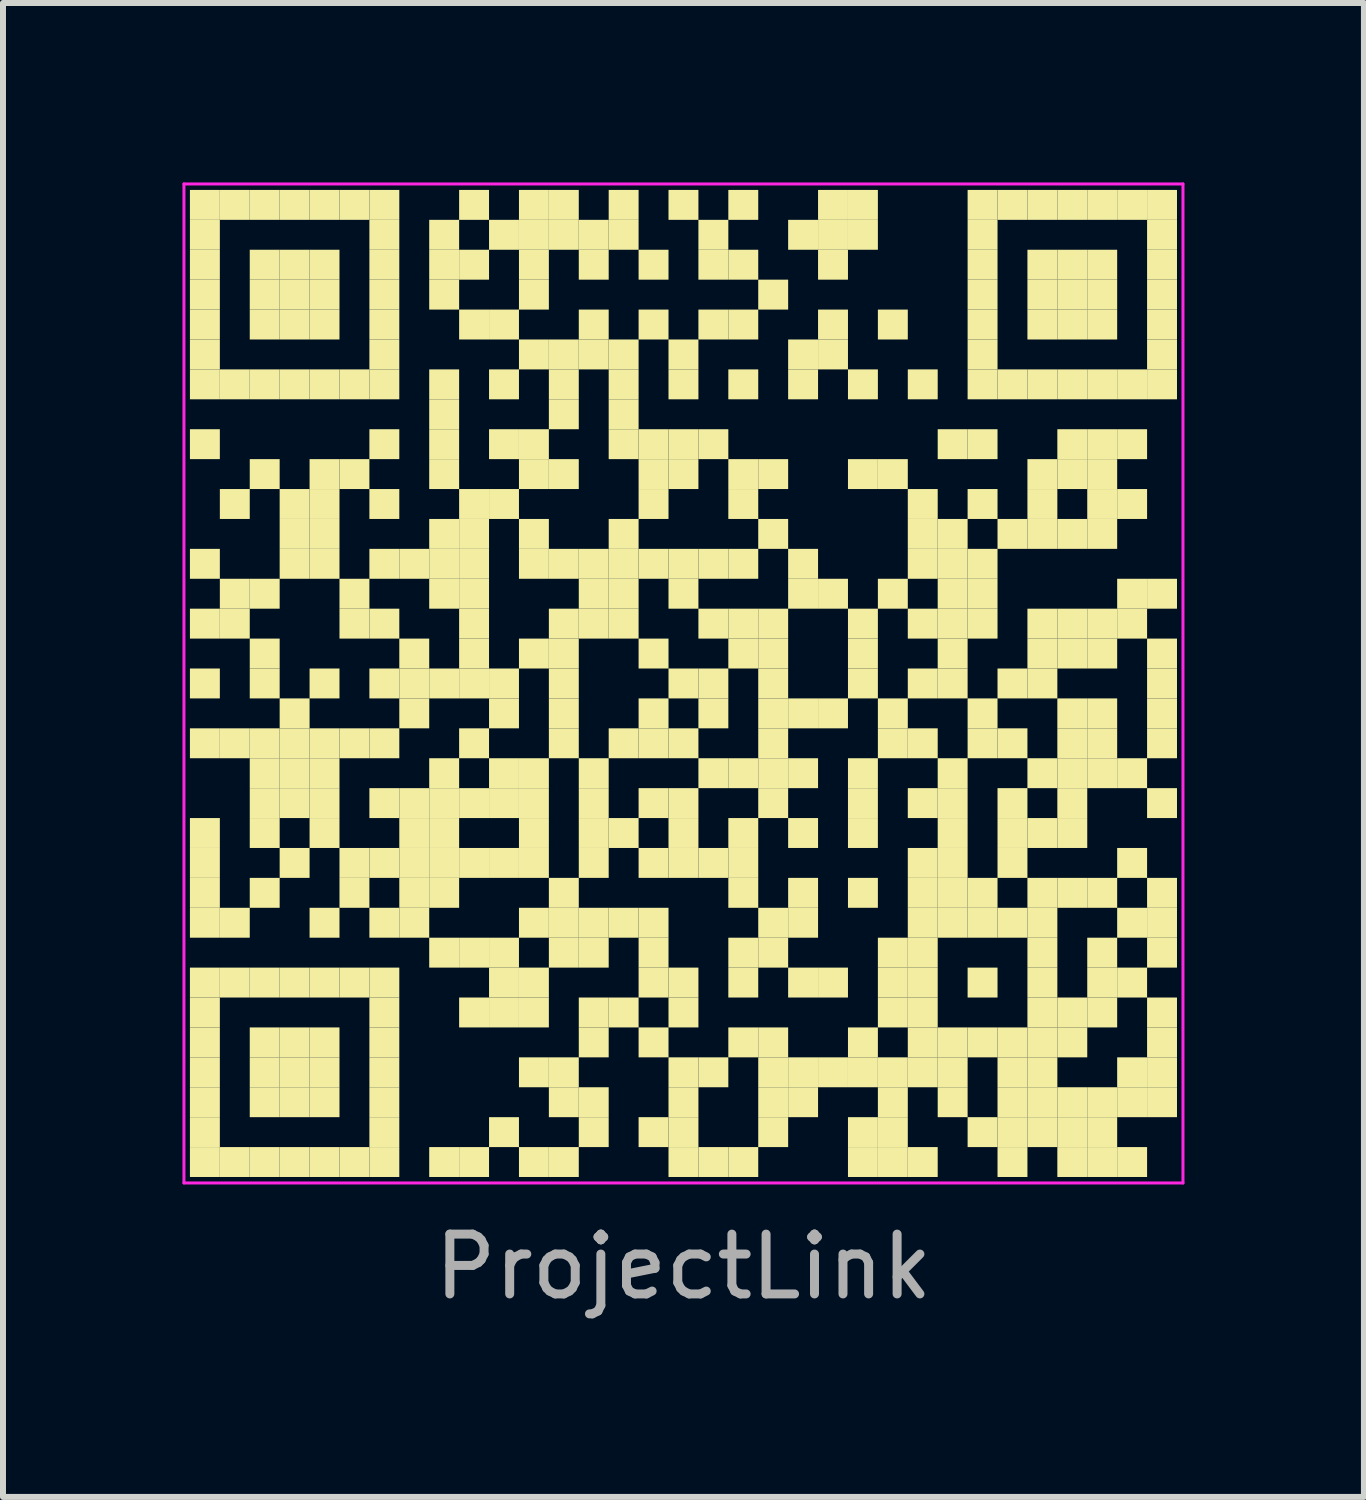
<source format=kicad_pcb>
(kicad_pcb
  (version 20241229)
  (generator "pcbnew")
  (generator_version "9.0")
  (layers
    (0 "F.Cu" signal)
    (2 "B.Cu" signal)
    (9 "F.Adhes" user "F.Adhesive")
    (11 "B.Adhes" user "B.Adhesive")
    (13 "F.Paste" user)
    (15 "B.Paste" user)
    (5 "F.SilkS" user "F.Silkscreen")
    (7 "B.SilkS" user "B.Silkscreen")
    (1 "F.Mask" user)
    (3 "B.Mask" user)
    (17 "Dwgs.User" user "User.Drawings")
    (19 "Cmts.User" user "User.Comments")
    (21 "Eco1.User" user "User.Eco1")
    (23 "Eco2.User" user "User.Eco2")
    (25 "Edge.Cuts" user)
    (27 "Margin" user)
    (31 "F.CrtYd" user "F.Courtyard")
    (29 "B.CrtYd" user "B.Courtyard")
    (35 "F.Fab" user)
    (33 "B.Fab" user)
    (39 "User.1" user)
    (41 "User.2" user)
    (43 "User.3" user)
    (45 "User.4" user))
  (footprint "ProjectLink"
    (layer "F.Cu")
    (at 8.375 8.375)
    (property "Reference" "ProjectLink" (at 0 9.75 0) (layer "F.Fab") (effects (font (size 1 1) (thickness 0.15))))
    (fp_rect (start -8.25 -8.25) (end -7.75 -7.75) (stroke (width 0) (type default)) (fill yes) (layer "F.SilkS"))
    (fp_rect (start -8.25 -7.75) (end -7.75 -7.25) (stroke (width 0) (type default)) (fill yes) (layer "F.SilkS"))
    (fp_rect (start -8.25 -7.25) (end -7.75 -6.75) (stroke (width 0) (type default)) (fill yes) (layer "F.SilkS"))
    (fp_rect (start -8.25 -6.75) (end -7.75 -6.25) (stroke (width 0) (type default)) (fill yes) (layer "F.SilkS"))
    (fp_rect (start -8.25 -6.25) (end -7.75 -5.75) (stroke (width 0) (type default)) (fill yes) (layer "F.SilkS"))
    (fp_rect (start -8.25 -5.75) (end -7.75 -5.25) (stroke (width 0) (type default)) (fill yes) (layer "F.SilkS"))
    (fp_rect (start -8.25 -5.25) (end -7.75 -4.75) (stroke (width 0) (type default)) (fill yes) (layer "F.SilkS"))
    (fp_rect (start -8.25 -4.25) (end -7.75 -3.75) (stroke (width 0) (type default)) (fill yes) (layer "F.SilkS"))
    (fp_rect (start -8.25 -2.25) (end -7.75 -1.75) (stroke (width 0) (type default)) (fill yes) (layer "F.SilkS"))
    (fp_rect (start -8.25 -1.25) (end -7.75 -0.75) (stroke (width 0) (type default)) (fill yes) (layer "F.SilkS"))
    (fp_rect (start -8.25 -0.25) (end -7.75 0.25) (stroke (width 0) (type default)) (fill yes) (layer "F.SilkS"))
    (fp_rect (start -8.25 0.75) (end -7.75 1.25) (stroke (width 0) (type default)) (fill yes) (layer "F.SilkS"))
    (fp_rect (start -8.25 2.25) (end -7.75 2.75) (stroke (width 0) (type default)) (fill yes) (layer "F.SilkS"))
    (fp_rect (start -8.25 2.75) (end -7.75 3.25) (stroke (width 0) (type default)) (fill yes) (layer "F.SilkS"))
    (fp_rect (start -8.25 3.25) (end -7.75 3.75) (stroke (width 0) (type default)) (fill yes) (layer "F.SilkS"))
    (fp_rect (start -8.25 3.75) (end -7.75 4.25) (stroke (width 0) (type default)) (fill yes) (layer "F.SilkS"))
    (fp_rect (start -8.25 4.75) (end -7.75 5.25) (stroke (width 0) (type default)) (fill yes) (layer "F.SilkS"))
    (fp_rect (start -8.25 5.25) (end -7.75 5.75) (stroke (width 0) (type default)) (fill yes) (layer "F.SilkS"))
    (fp_rect (start -8.25 5.75) (end -7.75 6.25) (stroke (width 0) (type default)) (fill yes) (layer "F.SilkS"))
    (fp_rect (start -8.25 6.25) (end -7.75 6.75) (stroke (width 0) (type default)) (fill yes) (layer "F.SilkS"))
    (fp_rect (start -8.25 6.75) (end -7.75 7.25) (stroke (width 0) (type default)) (fill yes) (layer "F.SilkS"))
    (fp_rect (start -8.25 7.25) (end -7.75 7.75) (stroke (width 0) (type default)) (fill yes) (layer "F.SilkS"))
    (fp_rect (start -8.25 7.75) (end -7.75 8.25) (stroke (width 0) (type default)) (fill yes) (layer "F.SilkS"))
    (fp_rect (start -7.75 -8.25) (end -7.25 -7.75) (stroke (width 0) (type default)) (fill yes) (layer "F.SilkS"))
    (fp_rect (start -7.75 -5.25) (end -7.25 -4.75) (stroke (width 0) (type default)) (fill yes) (layer "F.SilkS"))
    (fp_rect (start -7.75 -3.25) (end -7.25 -2.75) (stroke (width 0) (type default)) (fill yes) (layer "F.SilkS"))
    (fp_rect (start -7.75 -1.75) (end -7.25 -1.25) (stroke (width 0) (type default)) (fill yes) (layer "F.SilkS"))
    (fp_rect (start -7.75 -1.25) (end -7.25 -0.75) (stroke (width 0) (type default)) (fill yes) (layer "F.SilkS"))
    (fp_rect (start -7.75 0.75) (end -7.25 1.25) (stroke (width 0) (type default)) (fill yes) (layer "F.SilkS"))
    (fp_rect (start -7.75 3.75) (end -7.25 4.25) (stroke (width 0) (type default)) (fill yes) (layer "F.SilkS"))
    (fp_rect (start -7.75 4.75) (end -7.25 5.25) (stroke (width 0) (type default)) (fill yes) (layer "F.SilkS"))
    (fp_rect (start -7.75 7.75) (end -7.25 8.25) (stroke (width 0) (type default)) (fill yes) (layer "F.SilkS"))
    (fp_rect (start -7.25 -8.25) (end -6.75 -7.75) (stroke (width 0) (type default)) (fill yes) (layer "F.SilkS"))
    (fp_rect (start -7.25 -7.25) (end -6.75 -6.75) (stroke (width 0) (type default)) (fill yes) (layer "F.SilkS"))
    (fp_rect (start -7.25 -6.75) (end -6.75 -6.25) (stroke (width 0) (type default)) (fill yes) (layer "F.SilkS"))
    (fp_rect (start -7.25 -6.25) (end -6.75 -5.75) (stroke (width 0) (type default)) (fill yes) (layer "F.SilkS"))
    (fp_rect (start -7.25 -5.25) (end -6.75 -4.75) (stroke (width 0) (type default)) (fill yes) (layer "F.SilkS"))
    (fp_rect (start -7.25 -3.75) (end -6.75 -3.25) (stroke (width 0) (type default)) (fill yes) (layer "F.SilkS"))
    (fp_rect (start -7.25 -1.75) (end -6.75 -1.25) (stroke (width 0) (type default)) (fill yes) (layer "F.SilkS"))
    (fp_rect (start -7.25 -0.75) (end -6.75 -0.25) (stroke (width 0) (type default)) (fill yes) (layer "F.SilkS"))
    (fp_rect (start -7.25 -0.25) (end -6.75 0.25) (stroke (width 0) (type default)) (fill yes) (layer "F.SilkS"))
    (fp_rect (start -7.25 0.75) (end -6.75 1.25) (stroke (width 0) (type default)) (fill yes) (layer "F.SilkS"))
    (fp_rect (start -7.25 1.25) (end -6.75 1.75) (stroke (width 0) (type default)) (fill yes) (layer "F.SilkS"))
    (fp_rect (start -7.25 1.75) (end -6.75 2.25) (stroke (width 0) (type default)) (fill yes) (layer "F.SilkS"))
    (fp_rect (start -7.25 2.25) (end -6.75 2.75) (stroke (width 0) (type default)) (fill yes) (layer "F.SilkS"))
    (fp_rect (start -7.25 3.25) (end -6.75 3.75) (stroke (width 0) (type default)) (fill yes) (layer "F.SilkS"))
    (fp_rect (start -7.25 4.75) (end -6.75 5.25) (stroke (width 0) (type default)) (fill yes) (layer "F.SilkS"))
    (fp_rect (start -7.25 5.75) (end -6.75 6.25) (stroke (width 0) (type default)) (fill yes) (layer "F.SilkS"))
    (fp_rect (start -7.25 6.25) (end -6.75 6.75) (stroke (width 0) (type default)) (fill yes) (layer "F.SilkS"))
    (fp_rect (start -7.25 6.75) (end -6.75 7.25) (stroke (width 0) (type default)) (fill yes) (layer "F.SilkS"))
    (fp_rect (start -7.25 7.75) (end -6.75 8.25) (stroke (width 0) (type default)) (fill yes) (layer "F.SilkS"))
    (fp_rect (start -6.75 -8.25) (end -6.25 -7.75) (stroke (width 0) (type default)) (fill yes) (layer "F.SilkS"))
    (fp_rect (start -6.75 -7.25) (end -6.25 -6.75) (stroke (width 0) (type default)) (fill yes) (layer "F.SilkS"))
    (fp_rect (start -6.75 -6.75) (end -6.25 -6.25) (stroke (width 0) (type default)) (fill yes) (layer "F.SilkS"))
    (fp_rect (start -6.75 -6.25) (end -6.25 -5.75) (stroke (width 0) (type default)) (fill yes) (layer "F.SilkS"))
    (fp_rect (start -6.75 -5.25) (end -6.25 -4.75) (stroke (width 0) (type default)) (fill yes) (layer "F.SilkS"))
    (fp_rect (start -6.75 -3.25) (end -6.25 -2.75) (stroke (width 0) (type default)) (fill yes) (layer "F.SilkS"))
    (fp_rect (start -6.75 -2.75) (end -6.25 -2.25) (stroke (width 0) (type default)) (fill yes) (layer "F.SilkS"))
    (fp_rect (start -6.75 -2.25) (end -6.25 -1.75) (stroke (width 0) (type default)) (fill yes) (layer "F.SilkS"))
    (fp_rect (start -6.75 0.25) (end -6.25 0.75) (stroke (width 0) (type default)) (fill yes) (layer "F.SilkS"))
    (fp_rect (start -6.75 0.75) (end -6.25 1.25) (stroke (width 0) (type default)) (fill yes) (layer "F.SilkS"))
    (fp_rect (start -6.75 1.25) (end -6.25 1.75) (stroke (width 0) (type default)) (fill yes) (layer "F.SilkS"))
    (fp_rect (start -6.75 1.75) (end -6.25 2.25) (stroke (width 0) (type default)) (fill yes) (layer "F.SilkS"))
    (fp_rect (start -6.75 2.75) (end -6.25 3.25) (stroke (width 0) (type default)) (fill yes) (layer "F.SilkS"))
    (fp_rect (start -6.75 4.75) (end -6.25 5.25) (stroke (width 0) (type default)) (fill yes) (layer "F.SilkS"))
    (fp_rect (start -6.75 5.75) (end -6.25 6.25) (stroke (width 0) (type default)) (fill yes) (layer "F.SilkS"))
    (fp_rect (start -6.75 6.25) (end -6.25 6.75) (stroke (width 0) (type default)) (fill yes) (layer "F.SilkS"))
    (fp_rect (start -6.75 6.75) (end -6.25 7.25) (stroke (width 0) (type default)) (fill yes) (layer "F.SilkS"))
    (fp_rect (start -6.75 7.75) (end -6.25 8.25) (stroke (width 0) (type default)) (fill yes) (layer "F.SilkS"))
    (fp_rect (start -6.25 -8.25) (end -5.75 -7.75) (stroke (width 0) (type default)) (fill yes) (layer "F.SilkS"))
    (fp_rect (start -6.25 -7.25) (end -5.75 -6.75) (stroke (width 0) (type default)) (fill yes) (layer "F.SilkS"))
    (fp_rect (start -6.25 -6.75) (end -5.75 -6.25) (stroke (width 0) (type default)) (fill yes) (layer "F.SilkS"))
    (fp_rect (start -6.25 -6.25) (end -5.75 -5.75) (stroke (width 0) (type default)) (fill yes) (layer "F.SilkS"))
    (fp_rect (start -6.25 -5.25) (end -5.75 -4.75) (stroke (width 0) (type default)) (fill yes) (layer "F.SilkS"))
    (fp_rect (start -6.25 -3.75) (end -5.75 -3.25) (stroke (width 0) (type default)) (fill yes) (layer "F.SilkS"))
    (fp_rect (start -6.25 -3.25) (end -5.75 -2.75) (stroke (width 0) (type default)) (fill yes) (layer "F.SilkS"))
    (fp_rect (start -6.25 -2.75) (end -5.75 -2.25) (stroke (width 0) (type default)) (fill yes) (layer "F.SilkS"))
    (fp_rect (start -6.25 -2.25) (end -5.75 -1.75) (stroke (width 0) (type default)) (fill yes) (layer "F.SilkS"))
    (fp_rect (start -6.25 -0.25) (end -5.75 0.25) (stroke (width 0) (type default)) (fill yes) (layer "F.SilkS"))
    (fp_rect (start -6.25 0.75) (end -5.75 1.25) (stroke (width 0) (type default)) (fill yes) (layer "F.SilkS"))
    (fp_rect (start -6.25 1.25) (end -5.75 1.75) (stroke (width 0) (type default)) (fill yes) (layer "F.SilkS"))
    (fp_rect (start -6.25 1.75) (end -5.75 2.25) (stroke (width 0) (type default)) (fill yes) (layer "F.SilkS"))
    (fp_rect (start -6.25 2.25) (end -5.75 2.75) (stroke (width 0) (type default)) (fill yes) (layer "F.SilkS"))
    (fp_rect (start -6.25 3.75) (end -5.75 4.25) (stroke (width 0) (type default)) (fill yes) (layer "F.SilkS"))
    (fp_rect (start -6.25 4.75) (end -5.75 5.25) (stroke (width 0) (type default)) (fill yes) (layer "F.SilkS"))
    (fp_rect (start -6.25 5.75) (end -5.75 6.25) (stroke (width 0) (type default)) (fill yes) (layer "F.SilkS"))
    (fp_rect (start -6.25 6.25) (end -5.75 6.75) (stroke (width 0) (type default)) (fill yes) (layer "F.SilkS"))
    (fp_rect (start -6.25 6.75) (end -5.75 7.25) (stroke (width 0) (type default)) (fill yes) (layer "F.SilkS"))
    (fp_rect (start -6.25 7.75) (end -5.75 8.25) (stroke (width 0) (type default)) (fill yes) (layer "F.SilkS"))
    (fp_rect (start -5.75 -8.25) (end -5.25 -7.75) (stroke (width 0) (type default)) (fill yes) (layer "F.SilkS"))
    (fp_rect (start -5.75 -5.25) (end -5.25 -4.75) (stroke (width 0) (type default)) (fill yes) (layer "F.SilkS"))
    (fp_rect (start -5.75 -3.75) (end -5.25 -3.25) (stroke (width 0) (type default)) (fill yes) (layer "F.SilkS"))
    (fp_rect (start -5.75 -1.75) (end -5.25 -1.25) (stroke (width 0) (type default)) (fill yes) (layer "F.SilkS"))
    (fp_rect (start -5.75 -1.25) (end -5.25 -0.75) (stroke (width 0) (type default)) (fill yes) (layer "F.SilkS"))
    (fp_rect (start -5.75 0.75) (end -5.25 1.25) (stroke (width 0) (type default)) (fill yes) (layer "F.SilkS"))
    (fp_rect (start -5.75 2.75) (end -5.25 3.25) (stroke (width 0) (type default)) (fill yes) (layer "F.SilkS"))
    (fp_rect (start -5.75 3.25) (end -5.25 3.75) (stroke (width 0) (type default)) (fill yes) (layer "F.SilkS"))
    (fp_rect (start -5.75 4.75) (end -5.25 5.25) (stroke (width 0) (type default)) (fill yes) (layer "F.SilkS"))
    (fp_rect (start -5.75 7.75) (end -5.25 8.25) (stroke (width 0) (type default)) (fill yes) (layer "F.SilkS"))
    (fp_rect (start -5.25 -8.25) (end -4.75 -7.75) (stroke (width 0) (type default)) (fill yes) (layer "F.SilkS"))
    (fp_rect (start -5.25 -7.75) (end -4.75 -7.25) (stroke (width 0) (type default)) (fill yes) (layer "F.SilkS"))
    (fp_rect (start -5.25 -7.25) (end -4.75 -6.75) (stroke (width 0) (type default)) (fill yes) (layer "F.SilkS"))
    (fp_rect (start -5.25 -6.75) (end -4.75 -6.25) (stroke (width 0) (type default)) (fill yes) (layer "F.SilkS"))
    (fp_rect (start -5.25 -6.25) (end -4.75 -5.75) (stroke (width 0) (type default)) (fill yes) (layer "F.SilkS"))
    (fp_rect (start -5.25 -5.75) (end -4.75 -5.25) (stroke (width 0) (type default)) (fill yes) (layer "F.SilkS"))
    (fp_rect (start -5.25 -5.25) (end -4.75 -4.75) (stroke (width 0) (type default)) (fill yes) (layer "F.SilkS"))
    (fp_rect (start -5.25 -4.25) (end -4.75 -3.75) (stroke (width 0) (type default)) (fill yes) (layer "F.SilkS"))
    (fp_rect (start -5.25 -3.25) (end -4.75 -2.75) (stroke (width 0) (type default)) (fill yes) (layer "F.SilkS"))
    (fp_rect (start -5.25 -2.25) (end -4.75 -1.75) (stroke (width 0) (type default)) (fill yes) (layer "F.SilkS"))
    (fp_rect (start -5.25 -1.25) (end -4.75 -0.75) (stroke (width 0) (type default)) (fill yes) (layer "F.SilkS"))
    (fp_rect (start -5.25 -0.25) (end -4.75 0.25) (stroke (width 0) (type default)) (fill yes) (layer "F.SilkS"))
    (fp_rect (start -5.25 0.75) (end -4.75 1.25) (stroke (width 0) (type default)) (fill yes) (layer "F.SilkS"))
    (fp_rect (start -5.25 1.75) (end -4.75 2.25) (stroke (width 0) (type default)) (fill yes) (layer "F.SilkS"))
    (fp_rect (start -5.25 2.75) (end -4.75 3.25) (stroke (width 0) (type default)) (fill yes) (layer "F.SilkS"))
    (fp_rect (start -5.25 3.75) (end -4.75 4.25) (stroke (width 0) (type default)) (fill yes) (layer "F.SilkS"))
    (fp_rect (start -5.25 4.75) (end -4.75 5.25) (stroke (width 0) (type default)) (fill yes) (layer "F.SilkS"))
    (fp_rect (start -5.25 5.25) (end -4.75 5.75) (stroke (width 0) (type default)) (fill yes) (layer "F.SilkS"))
    (fp_rect (start -5.25 5.75) (end -4.75 6.25) (stroke (width 0) (type default)) (fill yes) (layer "F.SilkS"))
    (fp_rect (start -5.25 6.25) (end -4.75 6.75) (stroke (width 0) (type default)) (fill yes) (layer "F.SilkS"))
    (fp_rect (start -5.25 6.75) (end -4.75 7.25) (stroke (width 0) (type default)) (fill yes) (layer "F.SilkS"))
    (fp_rect (start -5.25 7.25) (end -4.75 7.75) (stroke (width 0) (type default)) (fill yes) (layer "F.SilkS"))
    (fp_rect (start -5.25 7.75) (end -4.75 8.25) (stroke (width 0) (type default)) (fill yes) (layer "F.SilkS"))
    (fp_rect (start -4.75 -2.25) (end -4.25 -1.75) (stroke (width 0) (type default)) (fill yes) (layer "F.SilkS"))
    (fp_rect (start -4.75 -0.75) (end -4.25 -0.25) (stroke (width 0) (type default)) (fill yes) (layer "F.SilkS"))
    (fp_rect (start -4.75 -0.25) (end -4.25 0.25) (stroke (width 0) (type default)) (fill yes) (layer "F.SilkS"))
    (fp_rect (start -4.75 0.25) (end -4.25 0.75) (stroke (width 0) (type default)) (fill yes) (layer "F.SilkS"))
    (fp_rect (start -4.75 1.75) (end -4.25 2.25) (stroke (width 0) (type default)) (fill yes) (layer "F.SilkS"))
    (fp_rect (start -4.75 2.25) (end -4.25 2.75) (stroke (width 0) (type default)) (fill yes) (layer "F.SilkS"))
    (fp_rect (start -4.75 2.75) (end -4.25 3.25) (stroke (width 0) (type default)) (fill yes) (layer "F.SilkS"))
    (fp_rect (start -4.75 3.25) (end -4.25 3.75) (stroke (width 0) (type default)) (fill yes) (layer "F.SilkS"))
    (fp_rect (start -4.75 3.75) (end -4.25 4.25) (stroke (width 0) (type default)) (fill yes) (layer "F.SilkS"))
    (fp_rect (start -4.25 -7.75) (end -3.75 -7.25) (stroke (width 0) (type default)) (fill yes) (layer "F.SilkS"))
    (fp_rect (start -4.25 -7.25) (end -3.75 -6.75) (stroke (width 0) (type default)) (fill yes) (layer "F.SilkS"))
    (fp_rect (start -4.25 -6.75) (end -3.75 -6.25) (stroke (width 0) (type default)) (fill yes) (layer "F.SilkS"))
    (fp_rect (start -4.25 -5.25) (end -3.75 -4.75) (stroke (width 0) (type default)) (fill yes) (layer "F.SilkS"))
    (fp_rect (start -4.25 -4.75) (end -3.75 -4.25) (stroke (width 0) (type default)) (fill yes) (layer "F.SilkS"))
    (fp_rect (start -4.25 -4.25) (end -3.75 -3.75) (stroke (width 0) (type default)) (fill yes) (layer "F.SilkS"))
    (fp_rect (start -4.25 -3.75) (end -3.75 -3.25) (stroke (width 0) (type default)) (fill yes) (layer "F.SilkS"))
    (fp_rect (start -4.25 -2.75) (end -3.75 -2.25) (stroke (width 0) (type default)) (fill yes) (layer "F.SilkS"))
    (fp_rect (start -4.25 -2.25) (end -3.75 -1.75) (stroke (width 0) (type default)) (fill yes) (layer "F.SilkS"))
    (fp_rect (start -4.25 -1.75) (end -3.75 -1.25) (stroke (width 0) (type default)) (fill yes) (layer "F.SilkS"))
    (fp_rect (start -4.25 -0.25) (end -3.75 0.25) (stroke (width 0) (type default)) (fill yes) (layer "F.SilkS"))
    (fp_rect (start -4.25 1.25) (end -3.75 1.75) (stroke (width 0) (type default)) (fill yes) (layer "F.SilkS"))
    (fp_rect (start -4.25 1.75) (end -3.75 2.25) (stroke (width 0) (type default)) (fill yes) (layer "F.SilkS"))
    (fp_rect (start -4.25 2.25) (end -3.75 2.75) (stroke (width 0) (type default)) (fill yes) (layer "F.SilkS"))
    (fp_rect (start -4.25 2.75) (end -3.75 3.25) (stroke (width 0) (type default)) (fill yes) (layer "F.SilkS"))
    (fp_rect (start -4.25 3.25) (end -3.75 3.75) (stroke (width 0) (type default)) (fill yes) (layer "F.SilkS"))
    (fp_rect (start -4.25 4.25) (end -3.75 4.75) (stroke (width 0) (type default)) (fill yes) (layer "F.SilkS"))
    (fp_rect (start -4.25 7.75) (end -3.75 8.25) (stroke (width 0) (type default)) (fill yes) (layer "F.SilkS"))
    (fp_rect (start -3.75 -8.25) (end -3.25 -7.75) (stroke (width 0) (type default)) (fill yes) (layer "F.SilkS"))
    (fp_rect (start -3.75 -7.25) (end -3.25 -6.75) (stroke (width 0) (type default)) (fill yes) (layer "F.SilkS"))
    (fp_rect (start -3.75 -6.25) (end -3.25 -5.75) (stroke (width 0) (type default)) (fill yes) (layer "F.SilkS"))
    (fp_rect (start -3.75 -3.25) (end -3.25 -2.75) (stroke (width 0) (type default)) (fill yes) (layer "F.SilkS"))
    (fp_rect (start -3.75 -2.75) (end -3.25 -2.25) (stroke (width 0) (type default)) (fill yes) (layer "F.SilkS"))
    (fp_rect (start -3.75 -2.25) (end -3.25 -1.75) (stroke (width 0) (type default)) (fill yes) (layer "F.SilkS"))
    (fp_rect (start -3.75 -1.75) (end -3.25 -1.25) (stroke (width 0) (type default)) (fill yes) (layer "F.SilkS"))
    (fp_rect (start -3.75 -1.25) (end -3.25 -0.75) (stroke (width 0) (type default)) (fill yes) (layer "F.SilkS"))
    (fp_rect (start -3.75 -0.75) (end -3.25 -0.25) (stroke (width 0) (type default)) (fill yes) (layer "F.SilkS"))
    (fp_rect (start -3.75 -0.25) (end -3.25 0.25) (stroke (width 0) (type default)) (fill yes) (layer "F.SilkS"))
    (fp_rect (start -3.75 0.75) (end -3.25 1.25) (stroke (width 0) (type default)) (fill yes) (layer "F.SilkS"))
    (fp_rect (start -3.75 1.75) (end -3.25 2.25) (stroke (width 0) (type default)) (fill yes) (layer "F.SilkS"))
    (fp_rect (start -3.75 2.75) (end -3.25 3.25) (stroke (width 0) (type default)) (fill yes) (layer "F.SilkS"))
    (fp_rect (start -3.75 4.25) (end -3.25 4.75) (stroke (width 0) (type default)) (fill yes) (layer "F.SilkS"))
    (fp_rect (start -3.75 5.25) (end -3.25 5.75) (stroke (width 0) (type default)) (fill yes) (layer "F.SilkS"))
    (fp_rect (start -3.75 7.75) (end -3.25 8.25) (stroke (width 0) (type default)) (fill yes) (layer "F.SilkS"))
    (fp_rect (start -3.25 -7.75) (end -2.75 -7.25) (stroke (width 0) (type default)) (fill yes) (layer "F.SilkS"))
    (fp_rect (start -3.25 -6.25) (end -2.75 -5.75) (stroke (width 0) (type default)) (fill yes) (layer "F.SilkS"))
    (fp_rect (start -3.25 -5.25) (end -2.75 -4.75) (stroke (width 0) (type default)) (fill yes) (layer "F.SilkS"))
    (fp_rect (start -3.25 -4.25) (end -2.75 -3.75) (stroke (width 0) (type default)) (fill yes) (layer "F.SilkS"))
    (fp_rect (start -3.25 -3.25) (end -2.75 -2.75) (stroke (width 0) (type default)) (fill yes) (layer "F.SilkS"))
    (fp_rect (start -3.25 -0.25) (end -2.75 0.25) (stroke (width 0) (type default)) (fill yes) (layer "F.SilkS"))
    (fp_rect (start -3.25 0.25) (end -2.75 0.75) (stroke (width 0) (type default)) (fill yes) (layer "F.SilkS"))
    (fp_rect (start -3.25 1.25) (end -2.75 1.75) (stroke (width 0) (type default)) (fill yes) (layer "F.SilkS"))
    (fp_rect (start -3.25 1.75) (end -2.75 2.25) (stroke (width 0) (type default)) (fill yes) (layer "F.SilkS"))
    (fp_rect (start -3.25 2.75) (end -2.75 3.25) (stroke (width 0) (type default)) (fill yes) (layer "F.SilkS"))
    (fp_rect (start -3.25 4.25) (end -2.75 4.75) (stroke (width 0) (type default)) (fill yes) (layer "F.SilkS"))
    (fp_rect (start -3.25 4.75) (end -2.75 5.25) (stroke (width 0) (type default)) (fill yes) (layer "F.SilkS"))
    (fp_rect (start -3.25 5.25) (end -2.75 5.75) (stroke (width 0) (type default)) (fill yes) (layer "F.SilkS"))
    (fp_rect (start -3.25 7.25) (end -2.75 7.75) (stroke (width 0) (type default)) (fill yes) (layer "F.SilkS"))
    (fp_rect (start -2.75 -8.25) (end -2.25 -7.75) (stroke (width 0) (type default)) (fill yes) (layer "F.SilkS"))
    (fp_rect (start -2.75 -7.75) (end -2.25 -7.25) (stroke (width 0) (type default)) (fill yes) (layer "F.SilkS"))
    (fp_rect (start -2.75 -7.25) (end -2.25 -6.75) (stroke (width 0) (type default)) (fill yes) (layer "F.SilkS"))
    (fp_rect (start -2.75 -6.75) (end -2.25 -6.25) (stroke (width 0) (type default)) (fill yes) (layer "F.SilkS"))
    (fp_rect (start -2.75 -5.75) (end -2.25 -5.25) (stroke (width 0) (type default)) (fill yes) (layer "F.SilkS"))
    (fp_rect (start -2.75 -4.25) (end -2.25 -3.75) (stroke (width 0) (type default)) (fill yes) (layer "F.SilkS"))
    (fp_rect (start -2.75 -3.75) (end -2.25 -3.25) (stroke (width 0) (type default)) (fill yes) (layer "F.SilkS"))
    (fp_rect (start -2.75 -2.75) (end -2.25 -2.25) (stroke (width 0) (type default)) (fill yes) (layer "F.SilkS"))
    (fp_rect (start -2.75 -2.25) (end -2.25 -1.75) (stroke (width 0) (type default)) (fill yes) (layer "F.SilkS"))
    (fp_rect (start -2.75 -0.75) (end -2.25 -0.25) (stroke (width 0) (type default)) (fill yes) (layer "F.SilkS"))
    (fp_rect (start -2.75 1.25) (end -2.25 1.75) (stroke (width 0) (type default)) (fill yes) (layer "F.SilkS"))
    (fp_rect (start -2.75 1.75) (end -2.25 2.25) (stroke (width 0) (type default)) (fill yes) (layer "F.SilkS"))
    (fp_rect (start -2.75 2.25) (end -2.25 2.75) (stroke (width 0) (type default)) (fill yes) (layer "F.SilkS"))
    (fp_rect (start -2.75 2.75) (end -2.25 3.25) (stroke (width 0) (type default)) (fill yes) (layer "F.SilkS"))
    (fp_rect (start -2.75 3.75) (end -2.25 4.25) (stroke (width 0) (type default)) (fill yes) (layer "F.SilkS"))
    (fp_rect (start -2.75 4.75) (end -2.25 5.25) (stroke (width 0) (type default)) (fill yes) (layer "F.SilkS"))
    (fp_rect (start -2.75 5.25) (end -2.25 5.75) (stroke (width 0) (type default)) (fill yes) (layer "F.SilkS"))
    (fp_rect (start -2.75 6.25) (end -2.25 6.75) (stroke (width 0) (type default)) (fill yes) (layer "F.SilkS"))
    (fp_rect (start -2.75 7.75) (end -2.25 8.25) (stroke (width 0) (type default)) (fill yes) (layer "F.SilkS"))
    (fp_rect (start -2.25 -8.25) (end -1.75 -7.75) (stroke (width 0) (type default)) (fill yes) (layer "F.SilkS"))
    (fp_rect (start -2.25 -7.75) (end -1.75 -7.25) (stroke (width 0) (type default)) (fill yes) (layer "F.SilkS"))
    (fp_rect (start -2.25 -5.75) (end -1.75 -5.25) (stroke (width 0) (type default)) (fill yes) (layer "F.SilkS"))
    (fp_rect (start -2.25 -5.25) (end -1.75 -4.75) (stroke (width 0) (type default)) (fill yes) (layer "F.SilkS"))
    (fp_rect (start -2.25 -4.75) (end -1.75 -4.25) (stroke (width 0) (type default)) (fill yes) (layer "F.SilkS"))
    (fp_rect (start -2.25 -3.75) (end -1.75 -3.25) (stroke (width 0) (type default)) (fill yes) (layer "F.SilkS"))
    (fp_rect (start -2.25 -2.25) (end -1.75 -1.75) (stroke (width 0) (type default)) (fill yes) (layer "F.SilkS"))
    (fp_rect (start -2.25 -1.25) (end -1.75 -0.75) (stroke (width 0) (type default)) (fill yes) (layer "F.SilkS"))
    (fp_rect (start -2.25 -0.75) (end -1.75 -0.25) (stroke (width 0) (type default)) (fill yes) (layer "F.SilkS"))
    (fp_rect (start -2.25 -0.25) (end -1.75 0.25) (stroke (width 0) (type default)) (fill yes) (layer "F.SilkS"))
    (fp_rect (start -2.25 0.25) (end -1.75 0.75) (stroke (width 0) (type default)) (fill yes) (layer "F.SilkS"))
    (fp_rect (start -2.25 0.75) (end -1.75 1.25) (stroke (width 0) (type default)) (fill yes) (layer "F.SilkS"))
    (fp_rect (start -2.25 3.25) (end -1.75 3.75) (stroke (width 0) (type default)) (fill yes) (layer "F.SilkS"))
    (fp_rect (start -2.25 3.75) (end -1.75 4.25) (stroke (width 0) (type default)) (fill yes) (layer "F.SilkS"))
    (fp_rect (start -2.25 4.25) (end -1.75 4.75) (stroke (width 0) (type default)) (fill yes) (layer "F.SilkS"))
    (fp_rect (start -2.25 6.25) (end -1.75 6.75) (stroke (width 0) (type default)) (fill yes) (layer "F.SilkS"))
    (fp_rect (start -2.25 6.75) (end -1.75 7.25) (stroke (width 0) (type default)) (fill yes) (layer "F.SilkS"))
    (fp_rect (start -2.25 7.75) (end -1.75 8.25) (stroke (width 0) (type default)) (fill yes) (layer "F.SilkS"))
    (fp_rect (start -1.75 -7.75) (end -1.25 -7.25) (stroke (width 0) (type default)) (fill yes) (layer "F.SilkS"))
    (fp_rect (start -1.75 -7.25) (end -1.25 -6.75) (stroke (width 0) (type default)) (fill yes) (layer "F.SilkS"))
    (fp_rect (start -1.75 -6.25) (end -1.25 -5.75) (stroke (width 0) (type default)) (fill yes) (layer "F.SilkS"))
    (fp_rect (start -1.75 -5.75) (end -1.25 -5.25) (stroke (width 0) (type default)) (fill yes) (layer "F.SilkS"))
    (fp_rect (start -1.75 -2.25) (end -1.25 -1.75) (stroke (width 0) (type default)) (fill yes) (layer "F.SilkS"))
    (fp_rect (start -1.75 -1.75) (end -1.25 -1.25) (stroke (width 0) (type default)) (fill yes) (layer "F.SilkS"))
    (fp_rect (start -1.75 -1.25) (end -1.25 -0.75) (stroke (width 0) (type default)) (fill yes) (layer "F.SilkS"))
    (fp_rect (start -1.75 1.25) (end -1.25 1.75) (stroke (width 0) (type default)) (fill yes) (layer "F.SilkS"))
    (fp_rect (start -1.75 1.75) (end -1.25 2.25) (stroke (width 0) (type default)) (fill yes) (layer "F.SilkS"))
    (fp_rect (start -1.75 2.25) (end -1.25 2.75) (stroke (width 0) (type default)) (fill yes) (layer "F.SilkS"))
    (fp_rect (start -1.75 2.75) (end -1.25 3.25) (stroke (width 0) (type default)) (fill yes) (layer "F.SilkS"))
    (fp_rect (start -1.75 3.75) (end -1.25 4.25) (stroke (width 0) (type default)) (fill yes) (layer "F.SilkS"))
    (fp_rect (start -1.75 4.25) (end -1.25 4.75) (stroke (width 0) (type default)) (fill yes) (layer "F.SilkS"))
    (fp_rect (start -1.75 5.25) (end -1.25 5.75) (stroke (width 0) (type default)) (fill yes) (layer "F.SilkS"))
    (fp_rect (start -1.75 5.75) (end -1.25 6.25) (stroke (width 0) (type default)) (fill yes) (layer "F.SilkS"))
    (fp_rect (start -1.75 6.75) (end -1.25 7.25) (stroke (width 0) (type default)) (fill yes) (layer "F.SilkS"))
    (fp_rect (start -1.75 7.25) (end -1.25 7.75) (stroke (width 0) (type default)) (fill yes) (layer "F.SilkS"))
    (fp_rect (start -1.25 -8.25) (end -0.75 -7.75) (stroke (width 0) (type default)) (fill yes) (layer "F.SilkS"))
    (fp_rect (start -1.25 -7.75) (end -0.75 -7.25) (stroke (width 0) (type default)) (fill yes) (layer "F.SilkS"))
    (fp_rect (start -1.25 -5.75) (end -0.75 -5.25) (stroke (width 0) (type default)) (fill yes) (layer "F.SilkS"))
    (fp_rect (start -1.25 -5.25) (end -0.75 -4.75) (stroke (width 0) (type default)) (fill yes) (layer "F.SilkS"))
    (fp_rect (start -1.25 -4.75) (end -0.75 -4.25) (stroke (width 0) (type default)) (fill yes) (layer "F.SilkS"))
    (fp_rect (start -1.25 -4.25) (end -0.75 -3.75) (stroke (width 0) (type default)) (fill yes) (layer "F.SilkS"))
    (fp_rect (start -1.25 -2.75) (end -0.75 -2.25) (stroke (width 0) (type default)) (fill yes) (layer "F.SilkS"))
    (fp_rect (start -1.25 -2.25) (end -0.75 -1.75) (stroke (width 0) (type default)) (fill yes) (layer "F.SilkS"))
    (fp_rect (start -1.25 -1.75) (end -0.75 -1.25) (stroke (width 0) (type default)) (fill yes) (layer "F.SilkS"))
    (fp_rect (start -1.25 -1.25) (end -0.75 -0.75) (stroke (width 0) (type default)) (fill yes) (layer "F.SilkS"))
    (fp_rect (start -1.25 0.75) (end -0.75 1.25) (stroke (width 0) (type default)) (fill yes) (layer "F.SilkS"))
    (fp_rect (start -1.25 2.25) (end -0.75 2.75) (stroke (width 0) (type default)) (fill yes) (layer "F.SilkS"))
    (fp_rect (start -1.25 3.75) (end -0.75 4.25) (stroke (width 0) (type default)) (fill yes) (layer "F.SilkS"))
    (fp_rect (start -1.25 5.25) (end -0.75 5.75) (stroke (width 0) (type default)) (fill yes) (layer "F.SilkS"))
    (fp_rect (start -0.75 -7.25) (end -0.25 -6.75) (stroke (width 0) (type default)) (fill yes) (layer "F.SilkS"))
    (fp_rect (start -0.75 -6.25) (end -0.25 -5.75) (stroke (width 0) (type default)) (fill yes) (layer "F.SilkS"))
    (fp_rect (start -0.75 -4.25) (end -0.25 -3.75) (stroke (width 0) (type default)) (fill yes) (layer "F.SilkS"))
    (fp_rect (start -0.75 -3.75) (end -0.25 -3.25) (stroke (width 0) (type default)) (fill yes) (layer "F.SilkS"))
    (fp_rect (start -0.75 -3.25) (end -0.25 -2.75) (stroke (width 0) (type default)) (fill yes) (layer "F.SilkS"))
    (fp_rect (start -0.75 -2.25) (end -0.25 -1.75) (stroke (width 0) (type default)) (fill yes) (layer "F.SilkS"))
    (fp_rect (start -0.75 -0.75) (end -0.25 -0.25) (stroke (width 0) (type default)) (fill yes) (layer "F.SilkS"))
    (fp_rect (start -0.75 0.25) (end -0.25 0.75) (stroke (width 0) (type default)) (fill yes) (layer "F.SilkS"))
    (fp_rect (start -0.75 0.75) (end -0.25 1.25) (stroke (width 0) (type default)) (fill yes) (layer "F.SilkS"))
    (fp_rect (start -0.75 1.75) (end -0.25 2.25) (stroke (width 0) (type default)) (fill yes) (layer "F.SilkS"))
    (fp_rect (start -0.75 2.75) (end -0.25 3.25) (stroke (width 0) (type default)) (fill yes) (layer "F.SilkS"))
    (fp_rect (start -0.75 3.75) (end -0.25 4.25) (stroke (width 0) (type default)) (fill yes) (layer "F.SilkS"))
    (fp_rect (start -0.75 4.25) (end -0.25 4.75) (stroke (width 0) (type default)) (fill yes) (layer "F.SilkS"))
    (fp_rect (start -0.75 4.75) (end -0.25 5.25) (stroke (width 0) (type default)) (fill yes) (layer "F.SilkS"))
    (fp_rect (start -0.75 5.75) (end -0.25 6.25) (stroke (width 0) (type default)) (fill yes) (layer "F.SilkS"))
    (fp_rect (start -0.75 7.25) (end -0.25 7.75) (stroke (width 0) (type default)) (fill yes) (layer "F.SilkS"))
    (fp_rect (start -0.25 -8.25) (end 0.25 -7.75) (stroke (width 0) (type default)) (fill yes) (layer "F.SilkS"))
    (fp_rect (start -0.25 -5.75) (end 0.25 -5.25) (stroke (width 0) (type default)) (fill yes) (layer "F.SilkS"))
    (fp_rect (start -0.25 -5.25) (end 0.25 -4.75) (stroke (width 0) (type default)) (fill yes) (layer "F.SilkS"))
    (fp_rect (start -0.25 -4.25) (end 0.25 -3.75) (stroke (width 0) (type default)) (fill yes) (layer "F.SilkS"))
    (fp_rect (start -0.25 -3.75) (end 0.25 -3.25) (stroke (width 0) (type default)) (fill yes) (layer "F.SilkS"))
    (fp_rect (start -0.25 -2.25) (end 0.25 -1.75) (stroke (width 0) (type default)) (fill yes) (layer "F.SilkS"))
    (fp_rect (start -0.25 -1.75) (end 0.25 -1.25) (stroke (width 0) (type default)) (fill yes) (layer "F.SilkS"))
    (fp_rect (start -0.25 -0.25) (end 0.25 0.25) (stroke (width 0) (type default)) (fill yes) (layer "F.SilkS"))
    (fp_rect (start -0.25 0.75) (end 0.25 1.25) (stroke (width 0) (type default)) (fill yes) (layer "F.SilkS"))
    (fp_rect (start -0.25 1.75) (end 0.25 2.25) (stroke (width 0) (type default)) (fill yes) (layer "F.SilkS"))
    (fp_rect (start -0.25 2.25) (end 0.25 2.75) (stroke (width 0) (type default)) (fill yes) (layer "F.SilkS"))
    (fp_rect (start -0.25 2.75) (end 0.25 3.25) (stroke (width 0) (type default)) (fill yes) (layer "F.SilkS"))
    (fp_rect (start -0.25 4.75) (end 0.25 5.25) (stroke (width 0) (type default)) (fill yes) (layer "F.SilkS"))
    (fp_rect (start -0.25 5.25) (end 0.25 5.75) (stroke (width 0) (type default)) (fill yes) (layer "F.SilkS"))
    (fp_rect (start -0.25 6.25) (end 0.25 6.75) (stroke (width 0) (type default)) (fill yes) (layer "F.SilkS"))
    (fp_rect (start -0.25 6.75) (end 0.25 7.25) (stroke (width 0) (type default)) (fill yes) (layer "F.SilkS"))
    (fp_rect (start -0.25 7.25) (end 0.25 7.75) (stroke (width 0) (type default)) (fill yes) (layer "F.SilkS"))
    (fp_rect (start -0.25 7.75) (end 0.25 8.25) (stroke (width 0) (type default)) (fill yes) (layer "F.SilkS"))
    (fp_rect (start 0.25 -7.75) (end 0.75 -7.25) (stroke (width 0) (type default)) (fill yes) (layer "F.SilkS"))
    (fp_rect (start 0.25 -7.25) (end 0.75 -6.75) (stroke (width 0) (type default)) (fill yes) (layer "F.SilkS"))
    (fp_rect (start 0.25 -6.25) (end 0.75 -5.75) (stroke (width 0) (type default)) (fill yes) (layer "F.SilkS"))
    (fp_rect (start 0.25 -4.25) (end 0.75 -3.75) (stroke (width 0) (type default)) (fill yes) (layer "F.SilkS"))
    (fp_rect (start 0.25 -2.25) (end 0.75 -1.75) (stroke (width 0) (type default)) (fill yes) (layer "F.SilkS"))
    (fp_rect (start 0.25 -1.25) (end 0.75 -0.75) (stroke (width 0) (type default)) (fill yes) (layer "F.SilkS"))
    (fp_rect (start 0.25 -0.25) (end 0.75 0.25) (stroke (width 0) (type default)) (fill yes) (layer "F.SilkS"))
    (fp_rect (start 0.25 0.25) (end 0.75 0.75) (stroke (width 0) (type default)) (fill yes) (layer "F.SilkS"))
    (fp_rect (start 0.25 1.25) (end 0.75 1.75) (stroke (width 0) (type default)) (fill yes) (layer "F.SilkS"))
    (fp_rect (start 0.25 2.75) (end 0.75 3.25) (stroke (width 0) (type default)) (fill yes) (layer "F.SilkS"))
    (fp_rect (start 0.25 6.25) (end 0.75 6.75) (stroke (width 0) (type default)) (fill yes) (layer "F.SilkS"))
    (fp_rect (start 0.25 7.75) (end 0.75 8.25) (stroke (width 0) (type default)) (fill yes) (layer "F.SilkS"))
    (fp_rect (start 0.75 -8.25) (end 1.25 -7.75) (stroke (width 0) (type default)) (fill yes) (layer "F.SilkS"))
    (fp_rect (start 0.75 -7.25) (end 1.25 -6.75) (stroke (width 0) (type default)) (fill yes) (layer "F.SilkS"))
    (fp_rect (start 0.75 -6.25) (end 1.25 -5.75) (stroke (width 0) (type default)) (fill yes) (layer "F.SilkS"))
    (fp_rect (start 0.75 -5.25) (end 1.25 -4.75) (stroke (width 0) (type default)) (fill yes) (layer "F.SilkS"))
    (fp_rect (start 0.75 -3.75) (end 1.25 -3.25) (stroke (width 0) (type default)) (fill yes) (layer "F.SilkS"))
    (fp_rect (start 0.75 -3.25) (end 1.25 -2.75) (stroke (width 0) (type default)) (fill yes) (layer "F.SilkS"))
    (fp_rect (start 0.75 -2.25) (end 1.25 -1.75) (stroke (width 0) (type default)) (fill yes) (layer "F.SilkS"))
    (fp_rect (start 0.75 -1.25) (end 1.25 -0.75) (stroke (width 0) (type default)) (fill yes) (layer "F.SilkS"))
    (fp_rect (start 0.75 -0.75) (end 1.25 -0.25) (stroke (width 0) (type default)) (fill yes) (layer "F.SilkS"))
    (fp_rect (start 0.75 1.25) (end 1.25 1.75) (stroke (width 0) (type default)) (fill yes) (layer "F.SilkS"))
    (fp_rect (start 0.75 2.25) (end 1.25 2.75) (stroke (width 0) (type default)) (fill yes) (layer "F.SilkS"))
    (fp_rect (start 0.75 2.75) (end 1.25 3.25) (stroke (width 0) (type default)) (fill yes) (layer "F.SilkS"))
    (fp_rect (start 0.75 3.25) (end 1.25 3.75) (stroke (width 0) (type default)) (fill yes) (layer "F.SilkS"))
    (fp_rect (start 0.75 4.25) (end 1.25 4.75) (stroke (width 0) (type default)) (fill yes) (layer "F.SilkS"))
    (fp_rect (start 0.75 4.75) (end 1.25 5.25) (stroke (width 0) (type default)) (fill yes) (layer "F.SilkS"))
    (fp_rect (start 0.75 5.75) (end 1.25 6.25) (stroke (width 0) (type default)) (fill yes) (layer "F.SilkS"))
    (fp_rect (start 0.75 7.75) (end 1.25 8.25) (stroke (width 0) (type default)) (fill yes) (layer "F.SilkS"))
    (fp_rect (start 1.25 -6.75) (end 1.75 -6.25) (stroke (width 0) (type default)) (fill yes) (layer "F.SilkS"))
    (fp_rect (start 1.25 -3.75) (end 1.75 -3.25) (stroke (width 0) (type default)) (fill yes) (layer "F.SilkS"))
    (fp_rect (start 1.25 -2.75) (end 1.75 -2.25) (stroke (width 0) (type default)) (fill yes) (layer "F.SilkS"))
    (fp_rect (start 1.25 -1.25) (end 1.75 -0.75) (stroke (width 0) (type default)) (fill yes) (layer "F.SilkS"))
    (fp_rect (start 1.25 -0.75) (end 1.75 -0.25) (stroke (width 0) (type default)) (fill yes) (layer "F.SilkS"))
    (fp_rect (start 1.25 -0.25) (end 1.75 0.25) (stroke (width 0) (type default)) (fill yes) (layer "F.SilkS"))
    (fp_rect (start 1.25 0.25) (end 1.75 0.75) (stroke (width 0) (type default)) (fill yes) (layer "F.SilkS"))
    (fp_rect (start 1.25 0.75) (end 1.75 1.25) (stroke (width 0) (type default)) (fill yes) (layer "F.SilkS"))
    (fp_rect (start 1.25 1.25) (end 1.75 1.75) (stroke (width 0) (type default)) (fill yes) (layer "F.SilkS"))
    (fp_rect (start 1.25 1.75) (end 1.75 2.25) (stroke (width 0) (type default)) (fill yes) (layer "F.SilkS"))
    (fp_rect (start 1.25 3.75) (end 1.75 4.25) (stroke (width 0) (type default)) (fill yes) (layer "F.SilkS"))
    (fp_rect (start 1.25 4.25) (end 1.75 4.75) (stroke (width 0) (type default)) (fill yes) (layer "F.SilkS"))
    (fp_rect (start 1.25 5.75) (end 1.75 6.25) (stroke (width 0) (type default)) (fill yes) (layer "F.SilkS"))
    (fp_rect (start 1.25 6.25) (end 1.75 6.75) (stroke (width 0) (type default)) (fill yes) (layer "F.SilkS"))
    (fp_rect (start 1.25 6.75) (end 1.75 7.25) (stroke (width 0) (type default)) (fill yes) (layer "F.SilkS"))
    (fp_rect (start 1.25 7.25) (end 1.75 7.75) (stroke (width 0) (type default)) (fill yes) (layer "F.SilkS"))
    (fp_rect (start 1.75 -7.75) (end 2.25 -7.25) (stroke (width 0) (type default)) (fill yes) (layer "F.SilkS"))
    (fp_rect (start 1.75 -5.75) (end 2.25 -5.25) (stroke (width 0) (type default)) (fill yes) (layer "F.SilkS"))
    (fp_rect (start 1.75 -5.25) (end 2.25 -4.75) (stroke (width 0) (type default)) (fill yes) (layer "F.SilkS"))
    (fp_rect (start 1.75 -2.25) (end 2.25 -1.75) (stroke (width 0) (type default)) (fill yes) (layer "F.SilkS"))
    (fp_rect (start 1.75 -1.75) (end 2.25 -1.25) (stroke (width 0) (type default)) (fill yes) (layer "F.SilkS"))
    (fp_rect (start 1.75 0.25) (end 2.25 0.75) (stroke (width 0) (type default)) (fill yes) (layer "F.SilkS"))
    (fp_rect (start 1.75 1.25) (end 2.25 1.75) (stroke (width 0) (type default)) (fill yes) (layer "F.SilkS"))
    (fp_rect (start 1.75 2.25) (end 2.25 2.75) (stroke (width 0) (type default)) (fill yes) (layer "F.SilkS"))
    (fp_rect (start 1.75 3.25) (end 2.25 3.75) (stroke (width 0) (type default)) (fill yes) (layer "F.SilkS"))
    (fp_rect (start 1.75 3.75) (end 2.25 4.25) (stroke (width 0) (type default)) (fill yes) (layer "F.SilkS"))
    (fp_rect (start 1.75 4.75) (end 2.25 5.25) (stroke (width 0) (type default)) (fill yes) (layer "F.SilkS"))
    (fp_rect (start 1.75 6.25) (end 2.25 6.75) (stroke (width 0) (type default)) (fill yes) (layer "F.SilkS"))
    (fp_rect (start 1.75 6.75) (end 2.25 7.25) (stroke (width 0) (type default)) (fill yes) (layer "F.SilkS"))
    (fp_rect (start 2.25 -8.25) (end 2.75 -7.75) (stroke (width 0) (type default)) (fill yes) (layer "F.SilkS"))
    (fp_rect (start 2.25 -7.75) (end 2.75 -7.25) (stroke (width 0) (type default)) (fill yes) (layer "F.SilkS"))
    (fp_rect (start 2.25 -7.25) (end 2.75 -6.75) (stroke (width 0) (type default)) (fill yes) (layer "F.SilkS"))
    (fp_rect (start 2.25 -6.25) (end 2.75 -5.75) (stroke (width 0) (type default)) (fill yes) (layer "F.SilkS"))
    (fp_rect (start 2.25 -5.75) (end 2.75 -5.25) (stroke (width 0) (type default)) (fill yes) (layer "F.SilkS"))
    (fp_rect (start 2.25 -1.75) (end 2.75 -1.25) (stroke (width 0) (type default)) (fill yes) (layer "F.SilkS"))
    (fp_rect (start 2.25 0.25) (end 2.75 0.75) (stroke (width 0) (type default)) (fill yes) (layer "F.SilkS"))
    (fp_rect (start 2.25 4.75) (end 2.75 5.25) (stroke (width 0) (type default)) (fill yes) (layer "F.SilkS"))
    (fp_rect (start 2.25 6.25) (end 2.75 6.75) (stroke (width 0) (type default)) (fill yes) (layer "F.SilkS"))
    (fp_rect (start 2.75 -8.25) (end 3.25 -7.75) (stroke (width 0) (type default)) (fill yes) (layer "F.SilkS"))
    (fp_rect (start 2.75 -7.75) (end 3.25 -7.25) (stroke (width 0) (type default)) (fill yes) (layer "F.SilkS"))
    (fp_rect (start 2.75 -5.25) (end 3.25 -4.75) (stroke (width 0) (type default)) (fill yes) (layer "F.SilkS"))
    (fp_rect (start 2.75 -3.75) (end 3.25 -3.25) (stroke (width 0) (type default)) (fill yes) (layer "F.SilkS"))
    (fp_rect (start 2.75 -1.25) (end 3.25 -0.75) (stroke (width 0) (type default)) (fill yes) (layer "F.SilkS"))
    (fp_rect (start 2.75 -0.75) (end 3.25 -0.25) (stroke (width 0) (type default)) (fill yes) (layer "F.SilkS"))
    (fp_rect (start 2.75 -0.25) (end 3.25 0.25) (stroke (width 0) (type default)) (fill yes) (layer "F.SilkS"))
    (fp_rect (start 2.75 1.25) (end 3.25 1.75) (stroke (width 0) (type default)) (fill yes) (layer "F.SilkS"))
    (fp_rect (start 2.75 1.75) (end 3.25 2.25) (stroke (width 0) (type default)) (fill yes) (layer "F.SilkS"))
    (fp_rect (start 2.75 2.25) (end 3.25 2.75) (stroke (width 0) (type default)) (fill yes) (layer "F.SilkS"))
    (fp_rect (start 2.75 3.25) (end 3.25 3.75) (stroke (width 0) (type default)) (fill yes) (layer "F.SilkS"))
    (fp_rect (start 2.75 5.75) (end 3.25 6.25) (stroke (width 0) (type default)) (fill yes) (layer "F.SilkS"))
    (fp_rect (start 2.75 6.25) (end 3.25 6.75) (stroke (width 0) (type default)) (fill yes) (layer "F.SilkS"))
    (fp_rect (start 2.75 7.25) (end 3.25 7.75) (stroke (width 0) (type default)) (fill yes) (layer "F.SilkS"))
    (fp_rect (start 2.75 7.75) (end 3.25 8.25) (stroke (width 0) (type default)) (fill yes) (layer "F.SilkS"))
    (fp_rect (start 3.25 -6.25) (end 3.75 -5.75) (stroke (width 0) (type default)) (fill yes) (layer "F.SilkS"))
    (fp_rect (start 3.25 -3.75) (end 3.75 -3.25) (stroke (width 0) (type default)) (fill yes) (layer "F.SilkS"))
    (fp_rect (start 3.25 -1.75) (end 3.75 -1.25) (stroke (width 0) (type default)) (fill yes) (layer "F.SilkS"))
    (fp_rect (start 3.25 0.25) (end 3.75 0.75) (stroke (width 0) (type default)) (fill yes) (layer "F.SilkS"))
    (fp_rect (start 3.25 0.75) (end 3.75 1.25) (stroke (width 0) (type default)) (fill yes) (layer "F.SilkS"))
    (fp_rect (start 3.25 4.25) (end 3.75 4.75) (stroke (width 0) (type default)) (fill yes) (layer "F.SilkS"))
    (fp_rect (start 3.25 4.75) (end 3.75 5.25) (stroke (width 0) (type default)) (fill yes) (layer "F.SilkS"))
    (fp_rect (start 3.25 5.25) (end 3.75 5.75) (stroke (width 0) (type default)) (fill yes) (layer "F.SilkS"))
    (fp_rect (start 3.25 6.25) (end 3.75 6.75) (stroke (width 0) (type default)) (fill yes) (layer "F.SilkS"))
    (fp_rect (start 3.25 6.75) (end 3.75 7.25) (stroke (width 0) (type default)) (fill yes) (layer "F.SilkS"))
    (fp_rect (start 3.25 7.25) (end 3.75 7.75) (stroke (width 0) (type default)) (fill yes) (layer "F.SilkS"))
    (fp_rect (start 3.25 7.75) (end 3.75 8.25) (stroke (width 0) (type default)) (fill yes) (layer "F.SilkS"))
    (fp_rect (start 3.75 -5.25) (end 4.25 -4.75) (stroke (width 0) (type default)) (fill yes) (layer "F.SilkS"))
    (fp_rect (start 3.75 -3.25) (end 4.25 -2.75) (stroke (width 0) (type default)) (fill yes) (layer "F.SilkS"))
    (fp_rect (start 3.75 -2.75) (end 4.25 -2.25) (stroke (width 0) (type default)) (fill yes) (layer "F.SilkS"))
    (fp_rect (start 3.75 -2.25) (end 4.25 -1.75) (stroke (width 0) (type default)) (fill yes) (layer "F.SilkS"))
    (fp_rect (start 3.75 -1.25) (end 4.25 -0.75) (stroke (width 0) (type default)) (fill yes) (layer "F.SilkS"))
    (fp_rect (start 3.75 -0.25) (end 4.25 0.25) (stroke (width 0) (type default)) (fill yes) (layer "F.SilkS"))
    (fp_rect (start 3.75 0.75) (end 4.25 1.25) (stroke (width 0) (type default)) (fill yes) (layer "F.SilkS"))
    (fp_rect (start 3.75 1.75) (end 4.25 2.25) (stroke (width 0) (type default)) (fill yes) (layer "F.SilkS"))
    (fp_rect (start 3.75 2.75) (end 4.25 3.25) (stroke (width 0) (type default)) (fill yes) (layer "F.SilkS"))
    (fp_rect (start 3.75 3.25) (end 4.25 3.75) (stroke (width 0) (type default)) (fill yes) (layer "F.SilkS"))
    (fp_rect (start 3.75 3.75) (end 4.25 4.25) (stroke (width 0) (type default)) (fill yes) (layer "F.SilkS"))
    (fp_rect (start 3.75 4.25) (end 4.25 4.75) (stroke (width 0) (type default)) (fill yes) (layer "F.SilkS"))
    (fp_rect (start 3.75 4.75) (end 4.25 5.25) (stroke (width 0) (type default)) (fill yes) (layer "F.SilkS"))
    (fp_rect (start 3.75 5.25) (end 4.25 5.75) (stroke (width 0) (type default)) (fill yes) (layer "F.SilkS"))
    (fp_rect (start 3.75 5.75) (end 4.25 6.25) (stroke (width 0) (type default)) (fill yes) (layer "F.SilkS"))
    (fp_rect (start 3.75 6.25) (end 4.25 6.75) (stroke (width 0) (type default)) (fill yes) (layer "F.SilkS"))
    (fp_rect (start 3.75 7.75) (end 4.25 8.25) (stroke (width 0) (type default)) (fill yes) (layer "F.SilkS"))
    (fp_rect (start 4.25 -4.25) (end 4.75 -3.75) (stroke (width 0) (type default)) (fill yes) (layer "F.SilkS"))
    (fp_rect (start 4.25 -2.75) (end 4.75 -2.25) (stroke (width 0) (type default)) (fill yes) (layer "F.SilkS"))
    (fp_rect (start 4.25 -2.25) (end 4.75 -1.75) (stroke (width 0) (type default)) (fill yes) (layer "F.SilkS"))
    (fp_rect (start 4.25 -1.75) (end 4.75 -1.25) (stroke (width 0) (type default)) (fill yes) (layer "F.SilkS"))
    (fp_rect (start 4.25 -1.25) (end 4.75 -0.75) (stroke (width 0) (type default)) (fill yes) (layer "F.SilkS"))
    (fp_rect (start 4.25 -0.75) (end 4.75 -0.25) (stroke (width 0) (type default)) (fill yes) (layer "F.SilkS"))
    (fp_rect (start 4.25 -0.25) (end 4.75 0.25) (stroke (width 0) (type default)) (fill yes) (layer "F.SilkS"))
    (fp_rect (start 4.25 1.25) (end 4.75 1.75) (stroke (width 0) (type default)) (fill yes) (layer "F.SilkS"))
    (fp_rect (start 4.25 1.75) (end 4.75 2.25) (stroke (width 0) (type default)) (fill yes) (layer "F.SilkS"))
    (fp_rect (start 4.25 2.25) (end 4.75 2.75) (stroke (width 0) (type default)) (fill yes) (layer "F.SilkS"))
    (fp_rect (start 4.25 2.75) (end 4.75 3.25) (stroke (width 0) (type default)) (fill yes) (layer "F.SilkS"))
    (fp_rect (start 4.25 3.25) (end 4.75 3.75) (stroke (width 0) (type default)) (fill yes) (layer "F.SilkS"))
    (fp_rect (start 4.25 3.75) (end 4.75 4.25) (stroke (width 0) (type default)) (fill yes) (layer "F.SilkS"))
    (fp_rect (start 4.25 5.75) (end 4.75 6.25) (stroke (width 0) (type default)) (fill yes) (layer "F.SilkS"))
    (fp_rect (start 4.25 6.25) (end 4.75 6.75) (stroke (width 0) (type default)) (fill yes) (layer "F.SilkS"))
    (fp_rect (start 4.25 6.75) (end 4.75 7.25) (stroke (width 0) (type default)) (fill yes) (layer "F.SilkS"))
    (fp_rect (start 4.75 -8.25) (end 5.25 -7.75) (stroke (width 0) (type default)) (fill yes) (layer "F.SilkS"))
    (fp_rect (start 4.75 -7.75) (end 5.25 -7.25) (stroke (width 0) (type default)) (fill yes) (layer "F.SilkS"))
    (fp_rect (start 4.75 -7.25) (end 5.25 -6.75) (stroke (width 0) (type default)) (fill yes) (layer "F.SilkS"))
    (fp_rect (start 4.75 -6.75) (end 5.25 -6.25) (stroke (width 0) (type default)) (fill yes) (layer "F.SilkS"))
    (fp_rect (start 4.75 -6.25) (end 5.25 -5.75) (stroke (width 0) (type default)) (fill yes) (layer "F.SilkS"))
    (fp_rect (start 4.75 -5.75) (end 5.25 -5.25) (stroke (width 0) (type default)) (fill yes) (layer "F.SilkS"))
    (fp_rect (start 4.75 -5.25) (end 5.25 -4.75) (stroke (width 0) (type default)) (fill yes) (layer "F.SilkS"))
    (fp_rect (start 4.75 -4.25) (end 5.25 -3.75) (stroke (width 0) (type default)) (fill yes) (layer "F.SilkS"))
    (fp_rect (start 4.75 -3.25) (end 5.25 -2.75) (stroke (width 0) (type default)) (fill yes) (layer "F.SilkS"))
    (fp_rect (start 4.75 -2.25) (end 5.25 -1.75) (stroke (width 0) (type default)) (fill yes) (layer "F.SilkS"))
    (fp_rect (start 4.75 -1.75) (end 5.25 -1.25) (stroke (width 0) (type default)) (fill yes) (layer "F.SilkS"))
    (fp_rect (start 4.75 -1.25) (end 5.25 -0.75) (stroke (width 0) (type default)) (fill yes) (layer "F.SilkS"))
    (fp_rect (start 4.75 0.25) (end 5.25 0.75) (stroke (width 0) (type default)) (fill yes) (layer "F.SilkS"))
    (fp_rect (start 4.75 0.75) (end 5.25 1.25) (stroke (width 0) (type default)) (fill yes) (layer "F.SilkS"))
    (fp_rect (start 4.75 3.25) (end 5.25 3.75) (stroke (width 0) (type default)) (fill yes) (layer "F.SilkS"))
    (fp_rect (start 4.75 3.75) (end 5.25 4.25) (stroke (width 0) (type default)) (fill yes) (layer "F.SilkS"))
    (fp_rect (start 4.75 4.75) (end 5.25 5.25) (stroke (width 0) (type default)) (fill yes) (layer "F.SilkS"))
    (fp_rect (start 4.75 5.75) (end 5.25 6.25) (stroke (width 0) (type default)) (fill yes) (layer "F.SilkS"))
    (fp_rect (start 4.75 7.25) (end 5.25 7.75) (stroke (width 0) (type default)) (fill yes) (layer "F.SilkS"))
    (fp_rect (start 5.25 -8.25) (end 5.75 -7.75) (stroke (width 0) (type default)) (fill yes) (layer "F.SilkS"))
    (fp_rect (start 5.25 -5.25) (end 5.75 -4.75) (stroke (width 0) (type default)) (fill yes) (layer "F.SilkS"))
    (fp_rect (start 5.25 -2.75) (end 5.75 -2.25) (stroke (width 0) (type default)) (fill yes) (layer "F.SilkS"))
    (fp_rect (start 5.25 -0.25) (end 5.75 0.25) (stroke (width 0) (type default)) (fill yes) (layer "F.SilkS"))
    (fp_rect (start 5.25 0.75) (end 5.75 1.25) (stroke (width 0) (type default)) (fill yes) (layer "F.SilkS"))
    (fp_rect (start 5.25 1.75) (end 5.75 2.25) (stroke (width 0) (type default)) (fill yes) (layer "F.SilkS"))
    (fp_rect (start 5.25 2.25) (end 5.75 2.75) (stroke (width 0) (type default)) (fill yes) (layer "F.SilkS"))
    (fp_rect (start 5.25 2.75) (end 5.75 3.25) (stroke (width 0) (type default)) (fill yes) (layer "F.SilkS"))
    (fp_rect (start 5.25 3.75) (end 5.75 4.25) (stroke (width 0) (type default)) (fill yes) (layer "F.SilkS"))
    (fp_rect (start 5.25 5.75) (end 5.75 6.25) (stroke (width 0) (type default)) (fill yes) (layer "F.SilkS"))
    (fp_rect (start 5.25 6.25) (end 5.75 6.75) (stroke (width 0) (type default)) (fill yes) (layer "F.SilkS"))
    (fp_rect (start 5.25 6.75) (end 5.75 7.25) (stroke (width 0) (type default)) (fill yes) (layer "F.SilkS"))
    (fp_rect (start 5.25 7.25) (end 5.75 7.75) (stroke (width 0) (type default)) (fill yes) (layer "F.SilkS"))
    (fp_rect (start 5.25 7.75) (end 5.75 8.25) (stroke (width 0) (type default)) (fill yes) (layer "F.SilkS"))
    (fp_rect (start 5.75 -8.25) (end 6.25 -7.75) (stroke (width 0) (type default)) (fill yes) (layer "F.SilkS"))
    (fp_rect (start 5.75 -7.25) (end 6.25 -6.75) (stroke (width 0) (type default)) (fill yes) (layer "F.SilkS"))
    (fp_rect (start 5.75 -6.75) (end 6.25 -6.25) (stroke (width 0) (type default)) (fill yes) (layer "F.SilkS"))
    (fp_rect (start 5.75 -6.25) (end 6.25 -5.75) (stroke (width 0) (type default)) (fill yes) (layer "F.SilkS"))
    (fp_rect (start 5.75 -5.25) (end 6.25 -4.75) (stroke (width 0) (type default)) (fill yes) (layer "F.SilkS"))
    (fp_rect (start 5.75 -3.75) (end 6.25 -3.25) (stroke (width 0) (type default)) (fill yes) (layer "F.SilkS"))
    (fp_rect (start 5.75 -3.25) (end 6.25 -2.75) (stroke (width 0) (type default)) (fill yes) (layer "F.SilkS"))
    (fp_rect (start 5.75 -2.75) (end 6.25 -2.25) (stroke (width 0) (type default)) (fill yes) (layer "F.SilkS"))
    (fp_rect (start 5.75 -1.25) (end 6.25 -0.75) (stroke (width 0) (type default)) (fill yes) (layer "F.SilkS"))
    (fp_rect (start 5.75 -0.75) (end 6.25 -0.25) (stroke (width 0) (type default)) (fill yes) (layer "F.SilkS"))
    (fp_rect (start 5.75 -0.25) (end 6.25 0.25) (stroke (width 0) (type default)) (fill yes) (layer "F.SilkS"))
    (fp_rect (start 5.75 1.25) (end 6.25 1.75) (stroke (width 0) (type default)) (fill yes) (layer "F.SilkS"))
    (fp_rect (start 5.75 2.25) (end 6.25 2.75) (stroke (width 0) (type default)) (fill yes) (layer "F.SilkS"))
    (fp_rect (start 5.75 3.25) (end 6.25 3.75) (stroke (width 0) (type default)) (fill yes) (layer "F.SilkS"))
    (fp_rect (start 5.75 3.75) (end 6.25 4.25) (stroke (width 0) (type default)) (fill yes) (layer "F.SilkS"))
    (fp_rect (start 5.75 4.25) (end 6.25 4.75) (stroke (width 0) (type default)) (fill yes) (layer "F.SilkS"))
    (fp_rect (start 5.75 4.75) (end 6.25 5.25) (stroke (width 0) (type default)) (fill yes) (layer "F.SilkS"))
    (fp_rect (start 5.75 5.25) (end 6.25 5.75) (stroke (width 0) (type default)) (fill yes) (layer "F.SilkS"))
    (fp_rect (start 5.75 5.75) (end 6.25 6.25) (stroke (width 0) (type default)) (fill yes) (layer "F.SilkS"))
    (fp_rect (start 5.75 6.25) (end 6.25 6.75) (stroke (width 0) (type default)) (fill yes) (layer "F.SilkS"))
    (fp_rect (start 5.75 6.75) (end 6.25 7.25) (stroke (width 0) (type default)) (fill yes) (layer "F.SilkS"))
    (fp_rect (start 5.75 7.25) (end 6.25 7.75) (stroke (width 0) (type default)) (fill yes) (layer "F.SilkS"))
    (fp_rect (start 6.25 -8.25) (end 6.75 -7.75) (stroke (width 0) (type default)) (fill yes) (layer "F.SilkS"))
    (fp_rect (start 6.25 -7.25) (end 6.75 -6.75) (stroke (width 0) (type default)) (fill yes) (layer "F.SilkS"))
    (fp_rect (start 6.25 -6.75) (end 6.75 -6.25) (stroke (width 0) (type default)) (fill yes) (layer "F.SilkS"))
    (fp_rect (start 6.25 -6.25) (end 6.75 -5.75) (stroke (width 0) (type default)) (fill yes) (layer "F.SilkS"))
    (fp_rect (start 6.25 -5.25) (end 6.75 -4.75) (stroke (width 0) (type default)) (fill yes) (layer "F.SilkS"))
    (fp_rect (start 6.25 -4.25) (end 6.75 -3.75) (stroke (width 0) (type default)) (fill yes) (layer "F.SilkS"))
    (fp_rect (start 6.25 -3.75) (end 6.75 -3.25) (stroke (width 0) (type default)) (fill yes) (layer "F.SilkS"))
    (fp_rect (start 6.25 -2.75) (end 6.75 -2.25) (stroke (width 0) (type default)) (fill yes) (layer "F.SilkS"))
    (fp_rect (start 6.25 -1.25) (end 6.75 -0.75) (stroke (width 0) (type default)) (fill yes) (layer "F.SilkS"))
    (fp_rect (start 6.25 -0.75) (end 6.75 -0.25) (stroke (width 0) (type default)) (fill yes) (layer "F.SilkS"))
    (fp_rect (start 6.25 0.25) (end 6.75 0.75) (stroke (width 0) (type default)) (fill yes) (layer "F.SilkS"))
    (fp_rect (start 6.25 0.75) (end 6.75 1.25) (stroke (width 0) (type default)) (fill yes) (layer "F.SilkS"))
    (fp_rect (start 6.25 1.25) (end 6.75 1.75) (stroke (width 0) (type default)) (fill yes) (layer "F.SilkS"))
    (fp_rect (start 6.25 1.75) (end 6.75 2.25) (stroke (width 0) (type default)) (fill yes) (layer "F.SilkS"))
    (fp_rect (start 6.25 2.25) (end 6.75 2.75) (stroke (width 0) (type default)) (fill yes) (layer "F.SilkS"))
    (fp_rect (start 6.25 3.25) (end 6.75 3.75) (stroke (width 0) (type default)) (fill yes) (layer "F.SilkS"))
    (fp_rect (start 6.25 5.25) (end 6.75 5.75) (stroke (width 0) (type default)) (fill yes) (layer "F.SilkS"))
    (fp_rect (start 6.25 5.75) (end 6.75 6.25) (stroke (width 0) (type default)) (fill yes) (layer "F.SilkS"))
    (fp_rect (start 6.25 6.75) (end 6.75 7.25) (stroke (width 0) (type default)) (fill yes) (layer "F.SilkS"))
    (fp_rect (start 6.25 7.25) (end 6.75 7.75) (stroke (width 0) (type default)) (fill yes) (layer "F.SilkS"))
    (fp_rect (start 6.25 7.75) (end 6.75 8.25) (stroke (width 0) (type default)) (fill yes) (layer "F.SilkS"))
    (fp_rect (start 6.75 -8.25) (end 7.25 -7.75) (stroke (width 0) (type default)) (fill yes) (layer "F.SilkS"))
    (fp_rect (start 6.75 -7.25) (end 7.25 -6.75) (stroke (width 0) (type default)) (fill yes) (layer "F.SilkS"))
    (fp_rect (start 6.75 -6.75) (end 7.25 -6.25) (stroke (width 0) (type default)) (fill yes) (layer "F.SilkS"))
    (fp_rect (start 6.75 -6.25) (end 7.25 -5.75) (stroke (width 0) (type default)) (fill yes) (layer "F.SilkS"))
    (fp_rect (start 6.75 -5.25) (end 7.25 -4.75) (stroke (width 0) (type default)) (fill yes) (layer "F.SilkS"))
    (fp_rect (start 6.75 -4.25) (end 7.25 -3.75) (stroke (width 0) (type default)) (fill yes) (layer "F.SilkS"))
    (fp_rect (start 6.75 -3.75) (end 7.25 -3.25) (stroke (width 0) (type default)) (fill yes) (layer "F.SilkS"))
    (fp_rect (start 6.75 -3.25) (end 7.25 -2.75) (stroke (width 0) (type default)) (fill yes) (layer "F.SilkS"))
    (fp_rect (start 6.75 -2.75) (end 7.25 -2.25) (stroke (width 0) (type default)) (fill yes) (layer "F.SilkS"))
    (fp_rect (start 6.75 -1.25) (end 7.25 -0.75) (stroke (width 0) (type default)) (fill yes) (layer "F.SilkS"))
    (fp_rect (start 6.75 -0.75) (end 7.25 -0.25) (stroke (width 0) (type default)) (fill yes) (layer "F.SilkS"))
    (fp_rect (start 6.75 0.25) (end 7.25 0.75) (stroke (width 0) (type default)) (fill yes) (layer "F.SilkS"))
    (fp_rect (start 6.75 0.75) (end 7.25 1.25) (stroke (width 0) (type default)) (fill yes) (layer "F.SilkS"))
    (fp_rect (start 6.75 1.25) (end 7.25 1.75) (stroke (width 0) (type default)) (fill yes) (layer "F.SilkS"))
    (fp_rect (start 6.75 3.25) (end 7.25 3.75) (stroke (width 0) (type default)) (fill yes) (layer "F.SilkS"))
    (fp_rect (start 6.75 4.25) (end 7.25 4.75) (stroke (width 0) (type default)) (fill yes) (layer "F.SilkS"))
    (fp_rect (start 6.75 4.75) (end 7.25 5.25) (stroke (width 0) (type default)) (fill yes) (layer "F.SilkS"))
    (fp_rect (start 6.75 5.25) (end 7.25 5.75) (stroke (width 0) (type default)) (fill yes) (layer "F.SilkS"))
    (fp_rect (start 6.75 6.75) (end 7.25 7.25) (stroke (width 0) (type default)) (fill yes) (layer "F.SilkS"))
    (fp_rect (start 6.75 7.25) (end 7.25 7.75) (stroke (width 0) (type default)) (fill yes) (layer "F.SilkS"))
    (fp_rect (start 6.75 7.75) (end 7.25 8.25) (stroke (width 0) (type default)) (fill yes) (layer "F.SilkS"))
    (fp_rect (start 7.25 -8.25) (end 7.75 -7.75) (stroke (width 0) (type default)) (fill yes) (layer "F.SilkS"))
    (fp_rect (start 7.25 -5.25) (end 7.75 -4.75) (stroke (width 0) (type default)) (fill yes) (layer "F.SilkS"))
    (fp_rect (start 7.25 -4.25) (end 7.75 -3.75) (stroke (width 0) (type default)) (fill yes) (layer "F.SilkS"))
    (fp_rect (start 7.25 -3.25) (end 7.75 -2.75) (stroke (width 0) (type default)) (fill yes) (layer "F.SilkS"))
    (fp_rect (start 7.25 -1.75) (end 7.75 -1.25) (stroke (width 0) (type default)) (fill yes) (layer "F.SilkS"))
    (fp_rect (start 7.25 -1.25) (end 7.75 -0.75) (stroke (width 0) (type default)) (fill yes) (layer "F.SilkS"))
    (fp_rect (start 7.25 1.25) (end 7.75 1.75) (stroke (width 0) (type default)) (fill yes) (layer "F.SilkS"))
    (fp_rect (start 7.25 2.75) (end 7.75 3.25) (stroke (width 0) (type default)) (fill yes) (layer "F.SilkS"))
    (fp_rect (start 7.25 3.75) (end 7.75 4.25) (stroke (width 0) (type default)) (fill yes) (layer "F.SilkS"))
    (fp_rect (start 7.25 4.75) (end 7.75 5.25) (stroke (width 0) (type default)) (fill yes) (layer "F.SilkS"))
    (fp_rect (start 7.25 6.25) (end 7.75 6.75) (stroke (width 0) (type default)) (fill yes) (layer "F.SilkS"))
    (fp_rect (start 7.25 6.75) (end 7.75 7.25) (stroke (width 0) (type default)) (fill yes) (layer "F.SilkS"))
    (fp_rect (start 7.25 7.75) (end 7.75 8.25) (stroke (width 0) (type default)) (fill yes) (layer "F.SilkS"))
    (fp_rect (start 7.75 -8.25) (end 8.25 -7.75) (stroke (width 0) (type default)) (fill yes) (layer "F.SilkS"))
    (fp_rect (start 7.75 -7.75) (end 8.25 -7.25) (stroke (width 0) (type default)) (fill yes) (layer "F.SilkS"))
    (fp_rect (start 7.75 -7.25) (end 8.25 -6.75) (stroke (width 0) (type default)) (fill yes) (layer "F.SilkS"))
    (fp_rect (start 7.75 -6.75) (end 8.25 -6.25) (stroke (width 0) (type default)) (fill yes) (layer "F.SilkS"))
    (fp_rect (start 7.75 -6.25) (end 8.25 -5.75) (stroke (width 0) (type default)) (fill yes) (layer "F.SilkS"))
    (fp_rect (start 7.75 -5.75) (end 8.25 -5.25) (stroke (width 0) (type default)) (fill yes) (layer "F.SilkS"))
    (fp_rect (start 7.75 -5.25) (end 8.25 -4.75) (stroke (width 0) (type default)) (fill yes) (layer "F.SilkS"))
    (fp_rect (start 7.75 -1.75) (end 8.25 -1.25) (stroke (width 0) (type default)) (fill yes) (layer "F.SilkS"))
    (fp_rect (start 7.75 -0.75) (end 8.25 -0.25) (stroke (width 0) (type default)) (fill yes) (layer "F.SilkS"))
    (fp_rect (start 7.75 -0.25) (end 8.25 0.25) (stroke (width 0) (type default)) (fill yes) (layer "F.SilkS"))
    (fp_rect (start 7.75 0.25) (end 8.25 0.75) (stroke (width 0) (type default)) (fill yes) (layer "F.SilkS"))
    (fp_rect (start 7.75 0.75) (end 8.25 1.25) (stroke (width 0) (type default)) (fill yes) (layer "F.SilkS"))
    (fp_rect (start 7.75 1.75) (end 8.25 2.25) (stroke (width 0) (type default)) (fill yes) (layer "F.SilkS"))
    (fp_rect (start 7.75 3.25) (end 8.25 3.75) (stroke (width 0) (type default)) (fill yes) (layer "F.SilkS"))
    (fp_rect (start 7.75 3.75) (end 8.25 4.25) (stroke (width 0) (type default)) (fill yes) (layer "F.SilkS"))
    (fp_rect (start 7.75 4.25) (end 8.25 4.75) (stroke (width 0) (type default)) (fill yes) (layer "F.SilkS"))
    (fp_rect (start 7.75 5.25) (end 8.25 5.75) (stroke (width 0) (type default)) (fill yes) (layer "F.SilkS"))
    (fp_rect (start 7.75 5.75) (end 8.25 6.25) (stroke (width 0) (type default)) (fill yes) (layer "F.SilkS"))
    (fp_rect (start 7.75 6.25) (end 8.25 6.75) (stroke (width 0) (type default)) (fill yes) (layer "F.SilkS"))
    (fp_rect (start 7.75 6.75) (end 8.25 7.25) (stroke (width 0) (type default)) (fill yes) (layer "F.SilkS"))
    (fp_line (start -8.35 -8.35) (end 8.35 -8.35) (stroke (width 0.05) (type default)) (layer "F.CrtYd"))
    (fp_line (start -8.35 8.35) (end -8.35 -8.35) (stroke (width 0.05) (type default)) (layer "F.CrtYd"))
    (fp_line (start 8.35 -8.35) (end 8.35 8.35) (stroke (width 0.05) (type default)) (layer "F.CrtYd"))
    (fp_line (start 8.35 8.35) (end -8.35 8.35) (stroke (width 0.05) (type default)) (layer "F.CrtYd")))
  (gr_rect
    (start -3 -3)
    (end 19.75 21.973)
    (stroke (width 0.1) (type default))
    (fill no)
    (layer "Edge.Cuts")))
</source>
